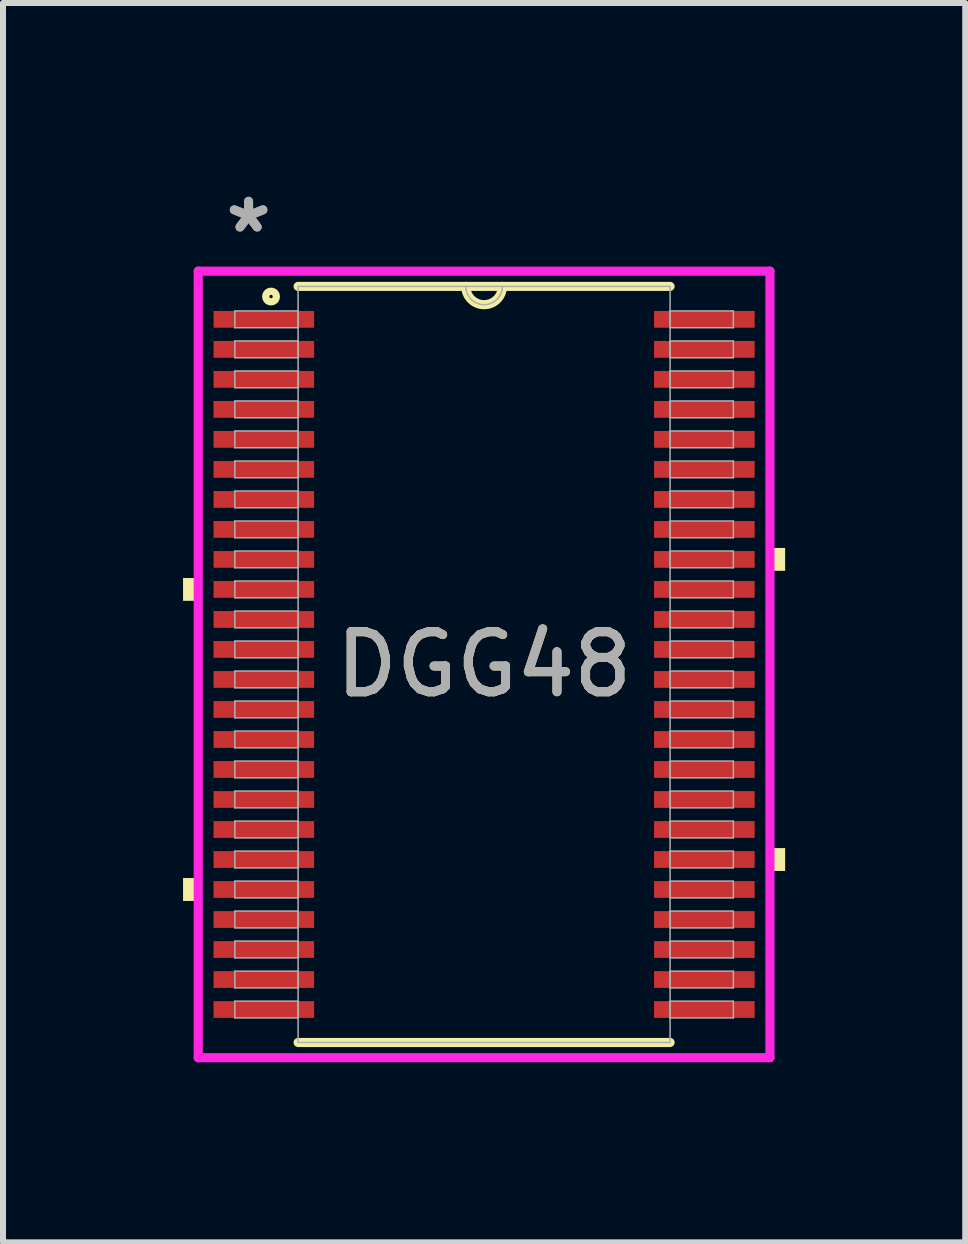
<source format=kicad_pcb>
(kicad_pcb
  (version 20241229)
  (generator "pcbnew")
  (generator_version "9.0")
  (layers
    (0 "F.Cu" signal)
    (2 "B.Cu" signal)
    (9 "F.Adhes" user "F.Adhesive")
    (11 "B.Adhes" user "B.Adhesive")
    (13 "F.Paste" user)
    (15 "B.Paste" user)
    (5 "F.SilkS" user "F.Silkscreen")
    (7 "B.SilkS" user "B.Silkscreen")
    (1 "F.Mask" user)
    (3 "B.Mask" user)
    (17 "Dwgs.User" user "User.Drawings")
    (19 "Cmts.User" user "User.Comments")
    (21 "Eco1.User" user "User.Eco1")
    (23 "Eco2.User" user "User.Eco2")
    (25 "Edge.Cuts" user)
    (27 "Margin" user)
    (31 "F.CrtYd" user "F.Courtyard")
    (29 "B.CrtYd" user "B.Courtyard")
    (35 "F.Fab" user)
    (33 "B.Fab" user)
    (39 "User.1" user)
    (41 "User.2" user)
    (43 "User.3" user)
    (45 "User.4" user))
  (footprint "DGG48"
    (layer "F.Cu")
    (at 5.016 8.021)
    (property "Reference" "DGG48" (at 0 0 0) (unlocked yes) (layer "F.SilkS") (effects (font (size 1 1) (thickness 0.15))))
    (attr smd)
    (fp_line (start -3.099 6.299) (end 3.099 6.299) (stroke (width 0.152) (type solid)) (layer "F.SilkS"))
    (fp_line (start 3.099 -6.299) (end -3.099 -6.299) (stroke (width 0.152) (type solid)) (layer "F.SilkS"))
    (fp_arc (start 0.3048 -6.2992) (mid 0 -5.9944) (end -0.3048 -6.2992) (stroke (width 0.1524) (type solid)) (layer "F.SilkS"))
    (fp_circle (center -3.55 -6.13) (end -3.57 -6.15) (stroke (width 0.12) (type default)) (fill no) (layer "F.SilkS"))
    (fp_poly (pts (xy -5.016 -1.44) (xy -5.016 -1.06) (xy -4.763 -1.06) (xy -4.763 -1.44)) (stroke (width 0) (type solid)) (fill yes) (layer "F.SilkS"))
    (fp_poly (pts (xy -5.016 3.559) (xy -5.016 3.941) (xy -4.763 3.941) (xy -4.763 3.559)) (stroke (width 0) (type solid)) (fill yes) (layer "F.SilkS"))
    (fp_poly (pts (xy 5.016 -1.941) (xy 5.016 -1.56) (xy 4.763 -1.56) (xy 4.763 -1.941)) (stroke (width 0) (type solid)) (fill yes) (layer "F.SilkS"))
    (fp_poly (pts (xy 5.016 3.06) (xy 5.016 3.441) (xy 4.763 3.441) (xy 4.763 3.06)) (stroke (width 0) (type solid)) (fill yes) (layer "F.SilkS"))
    (fp_line (start -4.763 -6.553) (end 4.763 -6.553) (stroke (width 0.152) (type solid)) (layer "F.CrtYd"))
    (fp_line (start -4.763 6.553) (end -4.763 -6.553) (stroke (width 0.152) (type solid)) (layer "F.CrtYd"))
    (fp_line (start 4.763 -6.553) (end 4.763 6.553) (stroke (width 0.152) (type solid)) (layer "F.CrtYd"))
    (fp_line (start 4.763 6.553) (end -4.763 6.553) (stroke (width 0.152) (type solid)) (layer "F.CrtYd"))
    (fp_line (start -4.153 -5.89) (end -4.153 -5.61) (stroke (width 0.025) (type solid)) (layer "F.Fab"))
    (fp_line (start -4.153 -5.61) (end -3.099 -5.61) (stroke (width 0.025) (type solid)) (layer "F.Fab"))
    (fp_line (start -4.153 -5.39) (end -4.153 -5.11) (stroke (width 0.025) (type solid)) (layer "F.Fab"))
    (fp_line (start -4.153 -5.11) (end -3.099 -5.11) (stroke (width 0.025) (type solid)) (layer "F.Fab"))
    (fp_line (start -4.153 -4.89) (end -4.153 -4.61) (stroke (width 0.025) (type solid)) (layer "F.Fab"))
    (fp_line (start -4.153 -4.61) (end -3.099 -4.61) (stroke (width 0.025) (type solid)) (layer "F.Fab"))
    (fp_line (start -4.153 -4.39) (end -4.153 -4.11) (stroke (width 0.025) (type solid)) (layer "F.Fab"))
    (fp_line (start -4.153 -4.11) (end -3.099 -4.11) (stroke (width 0.025) (type solid)) (layer "F.Fab"))
    (fp_line (start -4.153 -3.89) (end -4.153 -3.61) (stroke (width 0.025) (type solid)) (layer "F.Fab"))
    (fp_line (start -4.153 -3.61) (end -3.099 -3.61) (stroke (width 0.025) (type solid)) (layer "F.Fab"))
    (fp_line (start -4.153 -3.39) (end -4.153 -3.11) (stroke (width 0.025) (type solid)) (layer "F.Fab"))
    (fp_line (start -4.153 -3.11) (end -3.099 -3.11) (stroke (width 0.025) (type solid)) (layer "F.Fab"))
    (fp_line (start -4.153 -2.89) (end -4.153 -2.61) (stroke (width 0.025) (type solid)) (layer "F.Fab"))
    (fp_line (start -4.153 -2.61) (end -3.099 -2.61) (stroke (width 0.025) (type solid)) (layer "F.Fab"))
    (fp_line (start -4.153 -2.39) (end -4.153 -2.11) (stroke (width 0.025) (type solid)) (layer "F.Fab"))
    (fp_line (start -4.153 -2.11) (end -3.099 -2.11) (stroke (width 0.025) (type solid)) (layer "F.Fab"))
    (fp_line (start -4.153 -1.89) (end -4.153 -1.61) (stroke (width 0.025) (type solid)) (layer "F.Fab"))
    (fp_line (start -4.153 -1.61) (end -3.099 -1.61) (stroke (width 0.025) (type solid)) (layer "F.Fab"))
    (fp_line (start -4.153 -1.39) (end -4.153 -1.11) (stroke (width 0.025) (type solid)) (layer "F.Fab"))
    (fp_line (start -4.153 -1.11) (end -3.099 -1.11) (stroke (width 0.025) (type solid)) (layer "F.Fab"))
    (fp_line (start -4.153 -0.89) (end -4.153 -0.61) (stroke (width 0.025) (type solid)) (layer "F.Fab"))
    (fp_line (start -4.153 -0.61) (end -3.099 -0.61) (stroke (width 0.025) (type solid)) (layer "F.Fab"))
    (fp_line (start -4.153 -0.39) (end -4.153 -0.11) (stroke (width 0.025) (type solid)) (layer "F.Fab"))
    (fp_line (start -4.153 -0.11) (end -3.099 -0.11) (stroke (width 0.025) (type solid)) (layer "F.Fab"))
    (fp_line (start -4.153 0.11) (end -4.153 0.39) (stroke (width 0.025) (type solid)) (layer "F.Fab"))
    (fp_line (start -4.153 0.39) (end -3.099 0.39) (stroke (width 0.025) (type solid)) (layer "F.Fab"))
    (fp_line (start -4.153 0.61) (end -4.153 0.89) (stroke (width 0.025) (type solid)) (layer "F.Fab"))
    (fp_line (start -4.153 0.89) (end -3.099 0.89) (stroke (width 0.025) (type solid)) (layer "F.Fab"))
    (fp_line (start -4.153 1.11) (end -4.153 1.39) (stroke (width 0.025) (type solid)) (layer "F.Fab"))
    (fp_line (start -4.153 1.39) (end -3.099 1.39) (stroke (width 0.025) (type solid)) (layer "F.Fab"))
    (fp_line (start -4.153 1.61) (end -4.153 1.89) (stroke (width 0.025) (type solid)) (layer "F.Fab"))
    (fp_line (start -4.153 1.89) (end -3.099 1.89) (stroke (width 0.025) (type solid)) (layer "F.Fab"))
    (fp_line (start -4.153 2.11) (end -4.153 2.39) (stroke (width 0.025) (type solid)) (layer "F.Fab"))
    (fp_line (start -4.153 2.39) (end -3.099 2.39) (stroke (width 0.025) (type solid)) (layer "F.Fab"))
    (fp_line (start -4.153 2.61) (end -4.153 2.89) (stroke (width 0.025) (type solid)) (layer "F.Fab"))
    (fp_line (start -4.153 2.89) (end -3.099 2.89) (stroke (width 0.025) (type solid)) (layer "F.Fab"))
    (fp_line (start -4.153 3.11) (end -4.153 3.39) (stroke (width 0.025) (type solid)) (layer "F.Fab"))
    (fp_line (start -4.153 3.39) (end -3.099 3.39) (stroke (width 0.025) (type solid)) (layer "F.Fab"))
    (fp_line (start -4.153 3.61) (end -4.153 3.89) (stroke (width 0.025) (type solid)) (layer "F.Fab"))
    (fp_line (start -4.153 3.89) (end -3.099 3.89) (stroke (width 0.025) (type solid)) (layer "F.Fab"))
    (fp_line (start -4.153 4.11) (end -4.153 4.39) (stroke (width 0.025) (type solid)) (layer "F.Fab"))
    (fp_line (start -4.153 4.39) (end -3.099 4.39) (stroke (width 0.025) (type solid)) (layer "F.Fab"))
    (fp_line (start -4.153 4.61) (end -4.153 4.89) (stroke (width 0.025) (type solid)) (layer "F.Fab"))
    (fp_line (start -4.153 4.89) (end -3.099 4.89) (stroke (width 0.025) (type solid)) (layer "F.Fab"))
    (fp_line (start -4.153 5.11) (end -4.153 5.39) (stroke (width 0.025) (type solid)) (layer "F.Fab"))
    (fp_line (start -4.153 5.39) (end -3.099 5.39) (stroke (width 0.025) (type solid)) (layer "F.Fab"))
    (fp_line (start -4.153 5.61) (end -4.153 5.89) (stroke (width 0.025) (type solid)) (layer "F.Fab"))
    (fp_line (start -4.153 5.89) (end -3.099 5.89) (stroke (width 0.025) (type solid)) (layer "F.Fab"))
    (fp_line (start -3.099 -6.299) (end -3.099 6.299) (stroke (width 0.025) (type solid)) (layer "F.Fab"))
    (fp_line (start -3.099 -5.89) (end -4.153 -5.89) (stroke (width 0.025) (type solid)) (layer "F.Fab"))
    (fp_line (start -3.099 -5.61) (end -3.099 -5.89) (stroke (width 0.025) (type solid)) (layer "F.Fab"))
    (fp_line (start -3.099 -5.39) (end -4.153 -5.39) (stroke (width 0.025) (type solid)) (layer "F.Fab"))
    (fp_line (start -3.099 -5.11) (end -3.099 -5.39) (stroke (width 0.025) (type solid)) (layer "F.Fab"))
    (fp_line (start -3.099 -4.89) (end -4.153 -4.89) (stroke (width 0.025) (type solid)) (layer "F.Fab"))
    (fp_line (start -3.099 -4.61) (end -3.099 -4.89) (stroke (width 0.025) (type solid)) (layer "F.Fab"))
    (fp_line (start -3.099 -4.39) (end -4.153 -4.39) (stroke (width 0.025) (type solid)) (layer "F.Fab"))
    (fp_line (start -3.099 -4.11) (end -3.099 -4.39) (stroke (width 0.025) (type solid)) (layer "F.Fab"))
    (fp_line (start -3.099 -3.89) (end -4.153 -3.89) (stroke (width 0.025) (type solid)) (layer "F.Fab"))
    (fp_line (start -3.099 -3.61) (end -3.099 -3.89) (stroke (width 0.025) (type solid)) (layer "F.Fab"))
    (fp_line (start -3.099 -3.39) (end -4.153 -3.39) (stroke (width 0.025) (type solid)) (layer "F.Fab"))
    (fp_line (start -3.099 -3.11) (end -3.099 -3.39) (stroke (width 0.025) (type solid)) (layer "F.Fab"))
    (fp_line (start -3.099 -2.89) (end -4.153 -2.89) (stroke (width 0.025) (type solid)) (layer "F.Fab"))
    (fp_line (start -3.099 -2.61) (end -3.099 -2.89) (stroke (width 0.025) (type solid)) (layer "F.Fab"))
    (fp_line (start -3.099 -2.39) (end -4.153 -2.39) (stroke (width 0.025) (type solid)) (layer "F.Fab"))
    (fp_line (start -3.099 -2.11) (end -3.099 -2.39) (stroke (width 0.025) (type solid)) (layer "F.Fab"))
    (fp_line (start -3.099 -1.89) (end -4.153 -1.89) (stroke (width 0.025) (type solid)) (layer "F.Fab"))
    (fp_line (start -3.099 -1.61) (end -3.099 -1.89) (stroke (width 0.025) (type solid)) (layer "F.Fab"))
    (fp_line (start -3.099 -1.39) (end -4.153 -1.39) (stroke (width 0.025) (type solid)) (layer "F.Fab"))
    (fp_line (start -3.099 -1.11) (end -3.099 -1.39) (stroke (width 0.025) (type solid)) (layer "F.Fab"))
    (fp_line (start -3.099 -0.89) (end -4.153 -0.89) (stroke (width 0.025) (type solid)) (layer "F.Fab"))
    (fp_line (start -3.099 -0.61) (end -3.099 -0.89) (stroke (width 0.025) (type solid)) (layer "F.Fab"))
    (fp_line (start -3.099 -0.39) (end -4.153 -0.39) (stroke (width 0.025) (type solid)) (layer "F.Fab"))
    (fp_line (start -3.099 -0.11) (end -3.099 -0.39) (stroke (width 0.025) (type solid)) (layer "F.Fab"))
    (fp_line (start -3.099 0.11) (end -4.153 0.11) (stroke (width 0.025) (type solid)) (layer "F.Fab"))
    (fp_line (start -3.099 0.39) (end -3.099 0.11) (stroke (width 0.025) (type solid)) (layer "F.Fab"))
    (fp_line (start -3.099 0.61) (end -4.153 0.61) (stroke (width 0.025) (type solid)) (layer "F.Fab"))
    (fp_line (start -3.099 0.89) (end -3.099 0.61) (stroke (width 0.025) (type solid)) (layer "F.Fab"))
    (fp_line (start -3.099 1.11) (end -4.153 1.11) (stroke (width 0.025) (type solid)) (layer "F.Fab"))
    (fp_line (start -3.099 1.39) (end -3.099 1.11) (stroke (width 0.025) (type solid)) (layer "F.Fab"))
    (fp_line (start -3.099 1.61) (end -4.153 1.61) (stroke (width 0.025) (type solid)) (layer "F.Fab"))
    (fp_line (start -3.099 1.89) (end -3.099 1.61) (stroke (width 0.025) (type solid)) (layer "F.Fab"))
    (fp_line (start -3.099 2.11) (end -4.153 2.11) (stroke (width 0.025) (type solid)) (layer "F.Fab"))
    (fp_line (start -3.099 2.39) (end -3.099 2.11) (stroke (width 0.025) (type solid)) (layer "F.Fab"))
    (fp_line (start -3.099 2.61) (end -4.153 2.61) (stroke (width 0.025) (type solid)) (layer "F.Fab"))
    (fp_line (start -3.099 2.89) (end -3.099 2.61) (stroke (width 0.025) (type solid)) (layer "F.Fab"))
    (fp_line (start -3.099 3.11) (end -4.153 3.11) (stroke (width 0.025) (type solid)) (layer "F.Fab"))
    (fp_line (start -3.099 3.39) (end -3.099 3.11) (stroke (width 0.025) (type solid)) (layer "F.Fab"))
    (fp_line (start -3.099 3.61) (end -4.153 3.61) (stroke (width 0.025) (type solid)) (layer "F.Fab"))
    (fp_line (start -3.099 3.89) (end -3.099 3.61) (stroke (width 0.025) (type solid)) (layer "F.Fab"))
    (fp_line (start -3.099 4.11) (end -4.153 4.11) (stroke (width 0.025) (type solid)) (layer "F.Fab"))
    (fp_line (start -3.099 4.39) (end -3.099 4.11) (stroke (width 0.025) (type solid)) (layer "F.Fab"))
    (fp_line (start -3.099 4.61) (end -4.153 4.61) (stroke (width 0.025) (type solid)) (layer "F.Fab"))
    (fp_line (start -3.099 4.89) (end -3.099 4.61) (stroke (width 0.025) (type solid)) (layer "F.Fab"))
    (fp_line (start -3.099 5.11) (end -4.153 5.11) (stroke (width 0.025) (type solid)) (layer "F.Fab"))
    (fp_line (start -3.099 5.39) (end -3.099 5.11) (stroke (width 0.025) (type solid)) (layer "F.Fab"))
    (fp_line (start -3.099 5.61) (end -4.153 5.61) (stroke (width 0.025) (type solid)) (layer "F.Fab"))
    (fp_line (start -3.099 5.89) (end -3.099 5.61) (stroke (width 0.025) (type solid)) (layer "F.Fab"))
    (fp_line (start -3.099 6.299) (end 3.099 6.299) (stroke (width 0.025) (type solid)) (layer "F.Fab"))
    (fp_line (start 3.099 -6.299) (end -3.099 -6.299) (stroke (width 0.025) (type solid)) (layer "F.Fab"))
    (fp_line (start 3.099 -5.89) (end 3.099 -5.61) (stroke (width 0.025) (type solid)) (layer "F.Fab"))
    (fp_line (start 3.099 -5.61) (end 4.153 -5.61) (stroke (width 0.025) (type solid)) (layer "F.Fab"))
    (fp_line (start 3.099 -5.39) (end 3.099 -5.11) (stroke (width 0.025) (type solid)) (layer "F.Fab"))
    (fp_line (start 3.099 -5.11) (end 4.153 -5.11) (stroke (width 0.025) (type solid)) (layer "F.Fab"))
    (fp_line (start 3.099 -4.89) (end 3.099 -4.61) (stroke (width 0.025) (type solid)) (layer "F.Fab"))
    (fp_line (start 3.099 -4.61) (end 4.153 -4.61) (stroke (width 0.025) (type solid)) (layer "F.Fab"))
    (fp_line (start 3.099 -4.39) (end 3.099 -4.11) (stroke (width 0.025) (type solid)) (layer "F.Fab"))
    (fp_line (start 3.099 -4.11) (end 4.153 -4.11) (stroke (width 0.025) (type solid)) (layer "F.Fab"))
    (fp_line (start 3.099 -3.89) (end 3.099 -3.61) (stroke (width 0.025) (type solid)) (layer "F.Fab"))
    (fp_line (start 3.099 -3.61) (end 4.153 -3.61) (stroke (width 0.025) (type solid)) (layer "F.Fab"))
    (fp_line (start 3.099 -3.39) (end 3.099 -3.11) (stroke (width 0.025) (type solid)) (layer "F.Fab"))
    (fp_line (start 3.099 -3.11) (end 4.153 -3.11) (stroke (width 0.025) (type solid)) (layer "F.Fab"))
    (fp_line (start 3.099 -2.89) (end 3.099 -2.61) (stroke (width 0.025) (type solid)) (layer "F.Fab"))
    (fp_line (start 3.099 -2.61) (end 4.153 -2.61) (stroke (width 0.025) (type solid)) (layer "F.Fab"))
    (fp_line (start 3.099 -2.39) (end 3.099 -2.11) (stroke (width 0.025) (type solid)) (layer "F.Fab"))
    (fp_line (start 3.099 -2.11) (end 4.153 -2.11) (stroke (width 0.025) (type solid)) (layer "F.Fab"))
    (fp_line (start 3.099 -1.89) (end 3.099 -1.61) (stroke (width 0.025) (type solid)) (layer "F.Fab"))
    (fp_line (start 3.099 -1.61) (end 4.153 -1.61) (stroke (width 0.025) (type solid)) (layer "F.Fab"))
    (fp_line (start 3.099 -1.39) (end 3.099 -1.11) (stroke (width 0.025) (type solid)) (layer "F.Fab"))
    (fp_line (start 3.099 -1.11) (end 4.153 -1.11) (stroke (width 0.025) (type solid)) (layer "F.Fab"))
    (fp_line (start 3.099 -0.89) (end 3.099 -0.61) (stroke (width 0.025) (type solid)) (layer "F.Fab"))
    (fp_line (start 3.099 -0.61) (end 4.153 -0.61) (stroke (width 0.025) (type solid)) (layer "F.Fab"))
    (fp_line (start 3.099 -0.39) (end 3.099 -0.11) (stroke (width 0.025) (type solid)) (layer "F.Fab"))
    (fp_line (start 3.099 -0.11) (end 4.153 -0.11) (stroke (width 0.025) (type solid)) (layer "F.Fab"))
    (fp_line (start 3.099 0.11) (end 3.099 0.39) (stroke (width 0.025) (type solid)) (layer "F.Fab"))
    (fp_line (start 3.099 0.39) (end 4.153 0.39) (stroke (width 0.025) (type solid)) (layer "F.Fab"))
    (fp_line (start 3.099 0.61) (end 3.099 0.89) (stroke (width 0.025) (type solid)) (layer "F.Fab"))
    (fp_line (start 3.099 0.89) (end 4.153 0.89) (stroke (width 0.025) (type solid)) (layer "F.Fab"))
    (fp_line (start 3.099 1.11) (end 3.099 1.39) (stroke (width 0.025) (type solid)) (layer "F.Fab"))
    (fp_line (start 3.099 1.39) (end 4.153 1.39) (stroke (width 0.025) (type solid)) (layer "F.Fab"))
    (fp_line (start 3.099 1.61) (end 3.099 1.89) (stroke (width 0.025) (type solid)) (layer "F.Fab"))
    (fp_line (start 3.099 1.89) (end 4.153 1.89) (stroke (width 0.025) (type solid)) (layer "F.Fab"))
    (fp_line (start 3.099 2.11) (end 3.099 2.39) (stroke (width 0.025) (type solid)) (layer "F.Fab"))
    (fp_line (start 3.099 2.39) (end 4.153 2.39) (stroke (width 0.025) (type solid)) (layer "F.Fab"))
    (fp_line (start 3.099 2.61) (end 3.099 2.89) (stroke (width 0.025) (type solid)) (layer "F.Fab"))
    (fp_line (start 3.099 2.89) (end 4.153 2.89) (stroke (width 0.025) (type solid)) (layer "F.Fab"))
    (fp_line (start 3.099 3.11) (end 3.099 3.39) (stroke (width 0.025) (type solid)) (layer "F.Fab"))
    (fp_line (start 3.099 3.39) (end 4.153 3.39) (stroke (width 0.025) (type solid)) (layer "F.Fab"))
    (fp_line (start 3.099 3.61) (end 3.099 3.89) (stroke (width 0.025) (type solid)) (layer "F.Fab"))
    (fp_line (start 3.099 3.89) (end 4.153 3.89) (stroke (width 0.025) (type solid)) (layer "F.Fab"))
    (fp_line (start 3.099 4.11) (end 3.099 4.39) (stroke (width 0.025) (type solid)) (layer "F.Fab"))
    (fp_line (start 3.099 4.39) (end 4.153 4.39) (stroke (width 0.025) (type solid)) (layer "F.Fab"))
    (fp_line (start 3.099 4.61) (end 3.099 4.89) (stroke (width 0.025) (type solid)) (layer "F.Fab"))
    (fp_line (start 3.099 4.89) (end 4.153 4.89) (stroke (width 0.025) (type solid)) (layer "F.Fab"))
    (fp_line (start 3.099 5.11) (end 3.099 5.39) (stroke (width 0.025) (type solid)) (layer "F.Fab"))
    (fp_line (start 3.099 5.39) (end 4.153 5.39) (stroke (width 0.025) (type solid)) (layer "F.Fab"))
    (fp_line (start 3.099 5.61) (end 3.099 5.89) (stroke (width 0.025) (type solid)) (layer "F.Fab"))
    (fp_line (start 3.099 5.89) (end 4.153 5.89) (stroke (width 0.025) (type solid)) (layer "F.Fab"))
    (fp_line (start 3.099 6.299) (end 3.099 -6.299) (stroke (width 0.025) (type solid)) (layer "F.Fab"))
    (fp_line (start 4.153 -5.89) (end 3.099 -5.89) (stroke (width 0.025) (type solid)) (layer "F.Fab"))
    (fp_line (start 4.153 -5.61) (end 4.153 -5.89) (stroke (width 0.025) (type solid)) (layer "F.Fab"))
    (fp_line (start 4.153 -5.39) (end 3.099 -5.39) (stroke (width 0.025) (type solid)) (layer "F.Fab"))
    (fp_line (start 4.153 -5.11) (end 4.153 -5.39) (stroke (width 0.025) (type solid)) (layer "F.Fab"))
    (fp_line (start 4.153 -4.89) (end 3.099 -4.89) (stroke (width 0.025) (type solid)) (layer "F.Fab"))
    (fp_line (start 4.153 -4.61) (end 4.153 -4.89) (stroke (width 0.025) (type solid)) (layer "F.Fab"))
    (fp_line (start 4.153 -4.39) (end 3.099 -4.39) (stroke (width 0.025) (type solid)) (layer "F.Fab"))
    (fp_line (start 4.153 -4.11) (end 4.153 -4.39) (stroke (width 0.025) (type solid)) (layer "F.Fab"))
    (fp_line (start 4.153 -3.89) (end 3.099 -3.89) (stroke (width 0.025) (type solid)) (layer "F.Fab"))
    (fp_line (start 4.153 -3.61) (end 4.153 -3.89) (stroke (width 0.025) (type solid)) (layer "F.Fab"))
    (fp_line (start 4.153 -3.39) (end 3.099 -3.39) (stroke (width 0.025) (type solid)) (layer "F.Fab"))
    (fp_line (start 4.153 -3.11) (end 4.153 -3.39) (stroke (width 0.025) (type solid)) (layer "F.Fab"))
    (fp_line (start 4.153 -2.89) (end 3.099 -2.89) (stroke (width 0.025) (type solid)) (layer "F.Fab"))
    (fp_line (start 4.153 -2.61) (end 4.153 -2.89) (stroke (width 0.025) (type solid)) (layer "F.Fab"))
    (fp_line (start 4.153 -2.39) (end 3.099 -2.39) (stroke (width 0.025) (type solid)) (layer "F.Fab"))
    (fp_line (start 4.153 -2.11) (end 4.153 -2.39) (stroke (width 0.025) (type solid)) (layer "F.Fab"))
    (fp_line (start 4.153 -1.89) (end 3.099 -1.89) (stroke (width 0.025) (type solid)) (layer "F.Fab"))
    (fp_line (start 4.153 -1.61) (end 4.153 -1.89) (stroke (width 0.025) (type solid)) (layer "F.Fab"))
    (fp_line (start 4.153 -1.39) (end 3.099 -1.39) (stroke (width 0.025) (type solid)) (layer "F.Fab"))
    (fp_line (start 4.153 -1.11) (end 4.153 -1.39) (stroke (width 0.025) (type solid)) (layer "F.Fab"))
    (fp_line (start 4.153 -0.89) (end 3.099 -0.89) (stroke (width 0.025) (type solid)) (layer "F.Fab"))
    (fp_line (start 4.153 -0.61) (end 4.153 -0.89) (stroke (width 0.025) (type solid)) (layer "F.Fab"))
    (fp_line (start 4.153 -0.39) (end 3.099 -0.39) (stroke (width 0.025) (type solid)) (layer "F.Fab"))
    (fp_line (start 4.153 -0.11) (end 4.153 -0.39) (stroke (width 0.025) (type solid)) (layer "F.Fab"))
    (fp_line (start 4.153 0.11) (end 3.099 0.11) (stroke (width 0.025) (type solid)) (layer "F.Fab"))
    (fp_line (start 4.153 0.39) (end 4.153 0.11) (stroke (width 0.025) (type solid)) (layer "F.Fab"))
    (fp_line (start 4.153 0.61) (end 3.099 0.61) (stroke (width 0.025) (type solid)) (layer "F.Fab"))
    (fp_line (start 4.153 0.89) (end 4.153 0.61) (stroke (width 0.025) (type solid)) (layer "F.Fab"))
    (fp_line (start 4.153 1.11) (end 3.099 1.11) (stroke (width 0.025) (type solid)) (layer "F.Fab"))
    (fp_line (start 4.153 1.39) (end 4.153 1.11) (stroke (width 0.025) (type solid)) (layer "F.Fab"))
    (fp_line (start 4.153 1.61) (end 3.099 1.61) (stroke (width 0.025) (type solid)) (layer "F.Fab"))
    (fp_line (start 4.153 1.89) (end 4.153 1.61) (stroke (width 0.025) (type solid)) (layer "F.Fab"))
    (fp_line (start 4.153 2.11) (end 3.099 2.11) (stroke (width 0.025) (type solid)) (layer "F.Fab"))
    (fp_line (start 4.153 2.39) (end 4.153 2.11) (stroke (width 0.025) (type solid)) (layer "F.Fab"))
    (fp_line (start 4.153 2.61) (end 3.099 2.61) (stroke (width 0.025) (type solid)) (layer "F.Fab"))
    (fp_line (start 4.153 2.89) (end 4.153 2.61) (stroke (width 0.025) (type solid)) (layer "F.Fab"))
    (fp_line (start 4.153 3.11) (end 3.099 3.11) (stroke (width 0.025) (type solid)) (layer "F.Fab"))
    (fp_line (start 4.153 3.39) (end 4.153 3.11) (stroke (width 0.025) (type solid)) (layer "F.Fab"))
    (fp_line (start 4.153 3.61) (end 3.099 3.61) (stroke (width 0.025) (type solid)) (layer "F.Fab"))
    (fp_line (start 4.153 3.89) (end 4.153 3.61) (stroke (width 0.025) (type solid)) (layer "F.Fab"))
    (fp_line (start 4.153 4.11) (end 3.099 4.11) (stroke (width 0.025) (type solid)) (layer "F.Fab"))
    (fp_line (start 4.153 4.39) (end 4.153 4.11) (stroke (width 0.025) (type solid)) (layer "F.Fab"))
    (fp_line (start 4.153 4.61) (end 3.099 4.61) (stroke (width 0.025) (type solid)) (layer "F.Fab"))
    (fp_line (start 4.153 4.89) (end 4.153 4.61) (stroke (width 0.025) (type solid)) (layer "F.Fab"))
    (fp_line (start 4.153 5.11) (end 3.099 5.11) (stroke (width 0.025) (type solid)) (layer "F.Fab"))
    (fp_line (start 4.153 5.39) (end 4.153 5.11) (stroke (width 0.025) (type solid)) (layer "F.Fab"))
    (fp_line (start 4.153 5.61) (end 3.099 5.61) (stroke (width 0.025) (type solid)) (layer "F.Fab"))
    (fp_line (start 4.153 5.89) (end 4.153 5.61) (stroke (width 0.025) (type solid)) (layer "F.Fab"))
    (fp_arc (start 0.3048 -6.2992) (mid 0 -5.9944) (end -0.3048 -6.2992) (stroke (width 0.0254) (type solid)) (layer "F.Fab"))
    (fp_text user "*" (at -3.924 -7.172 0) (layer "F.Fab") (effects (font (size 1 1) (thickness 0.15))))
    (fp_text user "${REFERENCE}" (at 0 0 0) (unlocked yes) (layer "F.Fab") (effects (font (size 1 1) (thickness 0.15))))
    (fp_text user "*" (at -3.924 -7.172 0) (unlocked yes) (layer "F.Fab") (effects (font (size 1 1) (thickness 0.15))))
    (pad "1" smd rect (at -3.67 -5.75) (size 1.676 0.279) (layers "F.Cu" "F.Mask" "F.Paste"))
    (pad "2" smd rect (at -3.67 -5.25) (size 1.676 0.279) (layers "F.Cu" "F.Mask" "F.Paste"))
    (pad "3" smd rect (at -3.67 -4.75) (size 1.676 0.279) (layers "F.Cu" "F.Mask" "F.Paste"))
    (pad "4" smd rect (at -3.67 -4.25) (size 1.676 0.279) (layers "F.Cu" "F.Mask" "F.Paste"))
    (pad "5" smd rect (at -3.67 -3.75) (size 1.676 0.279) (layers "F.Cu" "F.Mask" "F.Paste"))
    (pad "6" smd rect (at -3.67 -3.25) (size 1.676 0.279) (layers "F.Cu" "F.Mask" "F.Paste"))
    (pad "7" smd rect (at -3.67 -2.75) (size 1.676 0.279) (layers "F.Cu" "F.Mask" "F.Paste"))
    (pad "8" smd rect (at -3.67 -2.25) (size 1.676 0.279) (layers "F.Cu" "F.Mask" "F.Paste"))
    (pad "9" smd rect (at -3.67 -1.75) (size 1.676 0.279) (layers "F.Cu" "F.Mask" "F.Paste"))
    (pad "10" smd rect (at -3.67 -1.25) (size 1.676 0.279) (layers "F.Cu" "F.Mask" "F.Paste"))
    (pad "11" smd rect (at -3.67 -0.75) (size 1.676 0.279) (layers "F.Cu" "F.Mask" "F.Paste"))
    (pad "12" smd rect (at -3.67 -0.25) (size 1.676 0.279) (layers "F.Cu" "F.Mask" "F.Paste"))
    (pad "13" smd rect (at -3.67 0.25) (size 1.676 0.279) (layers "F.Cu" "F.Mask" "F.Paste"))
    (pad "14" smd rect (at -3.67 0.75) (size 1.676 0.279) (layers "F.Cu" "F.Mask" "F.Paste"))
    (pad "15" smd rect (at -3.67 1.25) (size 1.676 0.279) (layers "F.Cu" "F.Mask" "F.Paste"))
    (pad "16" smd rect (at -3.67 1.75) (size 1.676 0.279) (layers "F.Cu" "F.Mask" "F.Paste"))
    (pad "17" smd rect (at -3.67 2.25) (size 1.676 0.279) (layers "F.Cu" "F.Mask" "F.Paste"))
    (pad "18" smd rect (at -3.67 2.75) (size 1.676 0.279) (layers "F.Cu" "F.Mask" "F.Paste"))
    (pad "19" smd rect (at -3.67 3.25) (size 1.676 0.279) (layers "F.Cu" "F.Mask" "F.Paste"))
    (pad "20" smd rect (at -3.67 3.75) (size 1.676 0.279) (layers "F.Cu" "F.Mask" "F.Paste"))
    (pad "21" smd rect (at -3.67 4.25) (size 1.676 0.279) (layers "F.Cu" "F.Mask" "F.Paste"))
    (pad "22" smd rect (at -3.67 4.75) (size 1.676 0.279) (layers "F.Cu" "F.Mask" "F.Paste"))
    (pad "23" smd rect (at -3.67 5.25) (size 1.676 0.279) (layers "F.Cu" "F.Mask" "F.Paste"))
    (pad "24" smd rect (at -3.67 5.75) (size 1.676 0.279) (layers "F.Cu" "F.Mask" "F.Paste"))
    (pad "25" smd rect (at 3.67 5.75) (size 1.676 0.279) (layers "F.Cu" "F.Mask" "F.Paste"))
    (pad "26" smd rect (at 3.67 5.25) (size 1.676 0.279) (layers "F.Cu" "F.Mask" "F.Paste"))
    (pad "27" smd rect (at 3.67 4.75) (size 1.676 0.279) (layers "F.Cu" "F.Mask" "F.Paste"))
    (pad "28" smd rect (at 3.67 4.25) (size 1.676 0.279) (layers "F.Cu" "F.Mask" "F.Paste"))
    (pad "29" smd rect (at 3.67 3.75) (size 1.676 0.279) (layers "F.Cu" "F.Mask" "F.Paste"))
    (pad "30" smd rect (at 3.67 3.25) (size 1.676 0.279) (layers "F.Cu" "F.Mask" "F.Paste"))
    (pad "31" smd rect (at 3.67 2.75) (size 1.676 0.279) (layers "F.Cu" "F.Mask" "F.Paste"))
    (pad "32" smd rect (at 3.67 2.25) (size 1.676 0.279) (layers "F.Cu" "F.Mask" "F.Paste"))
    (pad "33" smd rect (at 3.67 1.75) (size 1.676 0.279) (layers "F.Cu" "F.Mask" "F.Paste"))
    (pad "34" smd rect (at 3.67 1.25) (size 1.676 0.279) (layers "F.Cu" "F.Mask" "F.Paste"))
    (pad "35" smd rect (at 3.67 0.75) (size 1.676 0.279) (layers "F.Cu" "F.Mask" "F.Paste"))
    (pad "36" smd rect (at 3.67 0.25) (size 1.676 0.279) (layers "F.Cu" "F.Mask" "F.Paste"))
    (pad "37" smd rect (at 3.67 -0.25) (size 1.676 0.279) (layers "F.Cu" "F.Mask" "F.Paste"))
    (pad "38" smd rect (at 3.67 -0.75) (size 1.676 0.279) (layers "F.Cu" "F.Mask" "F.Paste"))
    (pad "39" smd rect (at 3.67 -1.25) (size 1.676 0.279) (layers "F.Cu" "F.Mask" "F.Paste"))
    (pad "40" smd rect (at 3.67 -1.75) (size 1.676 0.279) (layers "F.Cu" "F.Mask" "F.Paste"))
    (pad "41" smd rect (at 3.67 -2.25) (size 1.676 0.279) (layers "F.Cu" "F.Mask" "F.Paste"))
    (pad "42" smd rect (at 3.67 -2.75) (size 1.676 0.279) (layers "F.Cu" "F.Mask" "F.Paste"))
    (pad "43" smd rect (at 3.67 -3.25) (size 1.676 0.279) (layers "F.Cu" "F.Mask" "F.Paste"))
    (pad "44" smd rect (at 3.67 -3.75) (size 1.676 0.279) (layers "F.Cu" "F.Mask" "F.Paste"))
    (pad "45" smd rect (at 3.67 -4.25) (size 1.676 0.279) (layers "F.Cu" "F.Mask" "F.Paste"))
    (pad "46" smd rect (at 3.67 -4.75) (size 1.676 0.279) (layers "F.Cu" "F.Mask" "F.Paste"))
    (pad "47" smd rect (at 3.67 -5.25) (size 1.676 0.279) (layers "F.Cu" "F.Mask" "F.Paste"))
    (pad "48" smd rect (at 3.67 -5.75) (size 1.676 0.279) (layers "F.Cu" "F.Mask" "F.Paste")))
  (gr_rect
    (start -3 -3)
    (end 13.033 17.65)
    (stroke (width 0.1) (type default))
    (fill no)
    (layer "Edge.Cuts")))
</source>
